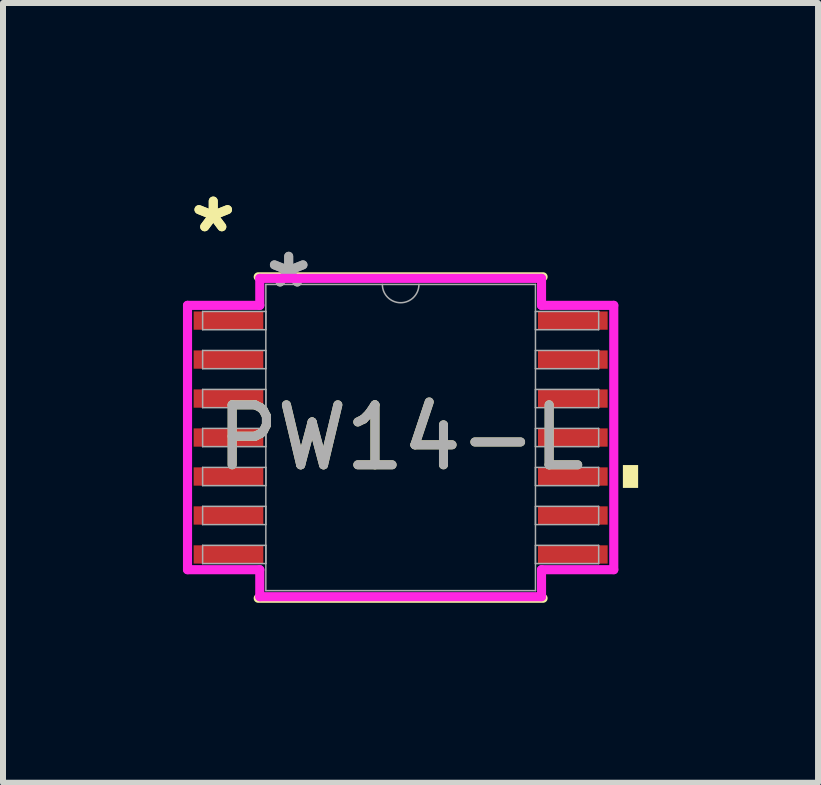
<source format=kicad_pcb>
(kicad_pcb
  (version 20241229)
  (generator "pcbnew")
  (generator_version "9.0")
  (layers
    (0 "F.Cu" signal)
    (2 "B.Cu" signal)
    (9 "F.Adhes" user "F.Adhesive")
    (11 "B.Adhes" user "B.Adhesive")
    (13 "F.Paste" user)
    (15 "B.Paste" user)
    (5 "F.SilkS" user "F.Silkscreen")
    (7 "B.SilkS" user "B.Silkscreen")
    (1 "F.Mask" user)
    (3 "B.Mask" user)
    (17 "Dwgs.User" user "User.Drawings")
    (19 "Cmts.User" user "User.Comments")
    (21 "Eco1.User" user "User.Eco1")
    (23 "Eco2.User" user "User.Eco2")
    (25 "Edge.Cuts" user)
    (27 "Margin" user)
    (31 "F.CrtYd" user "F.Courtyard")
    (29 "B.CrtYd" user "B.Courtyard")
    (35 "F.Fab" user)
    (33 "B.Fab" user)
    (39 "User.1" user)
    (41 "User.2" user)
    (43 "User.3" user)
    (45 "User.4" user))
  (footprint "PW14-L"
    (layer "F.Cu")
    (at 3.631 4.246)
    (property "Reference" "PW14-L" (at 0 0 0) (unlocked yes) (layer "F.SilkS") (effects (font (size 1 1) (thickness 0.15))))
    (attr smd)
    (fp_line (start -2.375 2.68) (end 2.375 2.68) (stroke (width 0.152) (type solid)) (layer "F.SilkS"))
    (fp_line (start 2.375 -2.68) (end -2.375 -2.68) (stroke (width 0.152) (type solid)) (layer "F.SilkS"))
    (fp_poly (pts (xy 3.96 0.459) (xy 3.96 0.84) (xy 3.706 0.84) (xy 3.706 0.459)) (stroke (width 0) (type solid)) (fill yes) (layer "F.SilkS"))
    (fp_line (start -3.554 -2.204) (end -2.349 -2.204) (stroke (width 0.152) (type solid)) (layer "F.CrtYd"))
    (fp_line (start -3.554 2.204) (end -3.554 -2.204) (stroke (width 0.152) (type solid)) (layer "F.CrtYd"))
    (fp_line (start -3.554 2.204) (end -2.349 2.204) (stroke (width 0.152) (type solid)) (layer "F.CrtYd"))
    (fp_line (start -2.349 -2.654) (end 2.349 -2.654) (stroke (width 0.152) (type solid)) (layer "F.CrtYd"))
    (fp_line (start -2.349 -2.204) (end -2.349 -2.654) (stroke (width 0.152) (type solid)) (layer "F.CrtYd"))
    (fp_line (start -2.349 2.654) (end -2.349 2.204) (stroke (width 0.152) (type solid)) (layer "F.CrtYd"))
    (fp_line (start 2.349 -2.654) (end 2.349 -2.204) (stroke (width 0.152) (type solid)) (layer "F.CrtYd"))
    (fp_line (start 2.349 2.204) (end 2.349 2.654) (stroke (width 0.152) (type solid)) (layer "F.CrtYd"))
    (fp_line (start 2.349 2.654) (end -2.349 2.654) (stroke (width 0.152) (type solid)) (layer "F.CrtYd"))
    (fp_line (start 3.554 -2.204) (end 2.349 -2.204) (stroke (width 0.152) (type solid)) (layer "F.CrtYd"))
    (fp_line (start 3.554 -2.204) (end 3.554 2.204) (stroke (width 0.152) (type solid)) (layer "F.CrtYd"))
    (fp_line (start 3.554 2.204) (end 2.349 2.204) (stroke (width 0.152) (type solid)) (layer "F.CrtYd"))
    (fp_line (start -3.302 -2.102) (end -3.302 -1.798) (stroke (width 0.025) (type solid)) (layer "F.Fab"))
    (fp_line (start -3.302 -1.798) (end -2.248 -1.798) (stroke (width 0.025) (type solid)) (layer "F.Fab"))
    (fp_line (start -3.302 -1.452) (end -3.302 -1.148) (stroke (width 0.025) (type solid)) (layer "F.Fab"))
    (fp_line (start -3.302 -1.148) (end -2.248 -1.148) (stroke (width 0.025) (type solid)) (layer "F.Fab"))
    (fp_line (start -3.302 -0.802) (end -3.302 -0.498) (stroke (width 0.025) (type solid)) (layer "F.Fab"))
    (fp_line (start -3.302 -0.498) (end -2.248 -0.498) (stroke (width 0.025) (type solid)) (layer "F.Fab"))
    (fp_line (start -3.302 -0.152) (end -3.302 0.152) (stroke (width 0.025) (type solid)) (layer "F.Fab"))
    (fp_line (start -3.302 0.152) (end -2.248 0.152) (stroke (width 0.025) (type solid)) (layer "F.Fab"))
    (fp_line (start -3.302 0.498) (end -3.302 0.802) (stroke (width 0.025) (type solid)) (layer "F.Fab"))
    (fp_line (start -3.302 0.802) (end -2.248 0.802) (stroke (width 0.025) (type solid)) (layer "F.Fab"))
    (fp_line (start -3.302 1.148) (end -3.302 1.452) (stroke (width 0.025) (type solid)) (layer "F.Fab"))
    (fp_line (start -3.302 1.452) (end -2.248 1.452) (stroke (width 0.025) (type solid)) (layer "F.Fab"))
    (fp_line (start -3.302 1.798) (end -3.302 2.102) (stroke (width 0.025) (type solid)) (layer "F.Fab"))
    (fp_line (start -3.302 2.102) (end -2.248 2.102) (stroke (width 0.025) (type solid)) (layer "F.Fab"))
    (fp_line (start -2.248 -2.553) (end -2.248 2.553) (stroke (width 0.025) (type solid)) (layer "F.Fab"))
    (fp_line (start -2.248 -2.102) (end -3.302 -2.102) (stroke (width 0.025) (type solid)) (layer "F.Fab"))
    (fp_line (start -2.248 -1.798) (end -2.248 -2.102) (stroke (width 0.025) (type solid)) (layer "F.Fab"))
    (fp_line (start -2.248 -1.452) (end -3.302 -1.452) (stroke (width 0.025) (type solid)) (layer "F.Fab"))
    (fp_line (start -2.248 -1.148) (end -2.248 -1.452) (stroke (width 0.025) (type solid)) (layer "F.Fab"))
    (fp_line (start -2.248 -0.802) (end -3.302 -0.802) (stroke (width 0.025) (type solid)) (layer "F.Fab"))
    (fp_line (start -2.248 -0.498) (end -2.248 -0.802) (stroke (width 0.025) (type solid)) (layer "F.Fab"))
    (fp_line (start -2.248 -0.152) (end -3.302 -0.152) (stroke (width 0.025) (type solid)) (layer "F.Fab"))
    (fp_line (start -2.248 0.152) (end -2.248 -0.152) (stroke (width 0.025) (type solid)) (layer "F.Fab"))
    (fp_line (start -2.248 0.498) (end -3.302 0.498) (stroke (width 0.025) (type solid)) (layer "F.Fab"))
    (fp_line (start -2.248 0.802) (end -2.248 0.498) (stroke (width 0.025) (type solid)) (layer "F.Fab"))
    (fp_line (start -2.248 1.148) (end -3.302 1.148) (stroke (width 0.025) (type solid)) (layer "F.Fab"))
    (fp_line (start -2.248 1.452) (end -2.248 1.148) (stroke (width 0.025) (type solid)) (layer "F.Fab"))
    (fp_line (start -2.248 1.798) (end -3.302 1.798) (stroke (width 0.025) (type solid)) (layer "F.Fab"))
    (fp_line (start -2.248 2.102) (end -2.248 1.798) (stroke (width 0.025) (type solid)) (layer "F.Fab"))
    (fp_line (start -2.248 2.553) (end 2.248 2.553) (stroke (width 0.025) (type solid)) (layer "F.Fab"))
    (fp_line (start 2.248 -2.553) (end -2.248 -2.553) (stroke (width 0.025) (type solid)) (layer "F.Fab"))
    (fp_line (start 2.248 -2.102) (end 2.248 -1.798) (stroke (width 0.025) (type solid)) (layer "F.Fab"))
    (fp_line (start 2.248 -1.798) (end 3.302 -1.798) (stroke (width 0.025) (type solid)) (layer "F.Fab"))
    (fp_line (start 2.248 -1.452) (end 2.248 -1.148) (stroke (width 0.025) (type solid)) (layer "F.Fab"))
    (fp_line (start 2.248 -1.148) (end 3.302 -1.148) (stroke (width 0.025) (type solid)) (layer "F.Fab"))
    (fp_line (start 2.248 -0.802) (end 2.248 -0.498) (stroke (width 0.025) (type solid)) (layer "F.Fab"))
    (fp_line (start 2.248 -0.498) (end 3.302 -0.498) (stroke (width 0.025) (type solid)) (layer "F.Fab"))
    (fp_line (start 2.248 -0.152) (end 2.248 0.152) (stroke (width 0.025) (type solid)) (layer "F.Fab"))
    (fp_line (start 2.248 0.152) (end 3.302 0.152) (stroke (width 0.025) (type solid)) (layer "F.Fab"))
    (fp_line (start 2.248 0.498) (end 2.248 0.802) (stroke (width 0.025) (type solid)) (layer "F.Fab"))
    (fp_line (start 2.248 0.802) (end 3.302 0.802) (stroke (width 0.025) (type solid)) (layer "F.Fab"))
    (fp_line (start 2.248 1.148) (end 2.248 1.452) (stroke (width 0.025) (type solid)) (layer "F.Fab"))
    (fp_line (start 2.248 1.452) (end 3.302 1.452) (stroke (width 0.025) (type solid)) (layer "F.Fab"))
    (fp_line (start 2.248 1.798) (end 2.248 2.102) (stroke (width 0.025) (type solid)) (layer "F.Fab"))
    (fp_line (start 2.248 2.102) (end 3.302 2.102) (stroke (width 0.025) (type solid)) (layer "F.Fab"))
    (fp_line (start 2.248 2.553) (end 2.248 -2.553) (stroke (width 0.025) (type solid)) (layer "F.Fab"))
    (fp_line (start 3.302 -2.102) (end 2.248 -2.102) (stroke (width 0.025) (type solid)) (layer "F.Fab"))
    (fp_line (start 3.302 -1.798) (end 3.302 -2.102) (stroke (width 0.025) (type solid)) (layer "F.Fab"))
    (fp_line (start 3.302 -1.452) (end 2.248 -1.452) (stroke (width 0.025) (type solid)) (layer "F.Fab"))
    (fp_line (start 3.302 -1.148) (end 3.302 -1.452) (stroke (width 0.025) (type solid)) (layer "F.Fab"))
    (fp_line (start 3.302 -0.802) (end 2.248 -0.802) (stroke (width 0.025) (type solid)) (layer "F.Fab"))
    (fp_line (start 3.302 -0.498) (end 3.302 -0.802) (stroke (width 0.025) (type solid)) (layer "F.Fab"))
    (fp_line (start 3.302 -0.152) (end 2.248 -0.152) (stroke (width 0.025) (type solid)) (layer "F.Fab"))
    (fp_line (start 3.302 0.152) (end 3.302 -0.152) (stroke (width 0.025) (type solid)) (layer "F.Fab"))
    (fp_line (start 3.302 0.498) (end 2.248 0.498) (stroke (width 0.025) (type solid)) (layer "F.Fab"))
    (fp_line (start 3.302 0.802) (end 3.302 0.498) (stroke (width 0.025) (type solid)) (layer "F.Fab"))
    (fp_line (start 3.302 1.148) (end 2.248 1.148) (stroke (width 0.025) (type solid)) (layer "F.Fab"))
    (fp_line (start 3.302 1.452) (end 3.302 1.148) (stroke (width 0.025) (type solid)) (layer "F.Fab"))
    (fp_line (start 3.302 1.798) (end 2.248 1.798) (stroke (width 0.025) (type solid)) (layer "F.Fab"))
    (fp_line (start 3.302 2.102) (end 3.302 1.798) (stroke (width 0.025) (type solid)) (layer "F.Fab"))
    (fp_arc (start 0.3048 -2.5527) (mid 0 -2.2479) (end -0.3048 -2.5527) (stroke (width 0.0254) (type solid)) (layer "F.Fab"))
    (fp_text user "*" (at -3.125 -3.398 0) (layer "F.SilkS") (effects (font (size 1 1) (thickness 0.15))))
    (fp_text user "*" (at -3.125 -3.398 0) (unlocked yes) (layer "F.SilkS") (effects (font (size 1 1) (thickness 0.15))))
    (fp_text user "*" (at -1.867 -2.477 0) (layer "F.Fab") (effects (font (size 1 1) (thickness 0.15))))
    (fp_text user "*" (at -1.867 -2.477 0) (unlocked yes) (layer "F.Fab") (effects (font (size 1 1) (thickness 0.15))))
    (fp_text user "${REFERENCE}" (at 0 0 0) (unlocked yes) (layer "F.Fab") (effects (font (size 1 1) (thickness 0.15))))
    (pad "1" smd rect (at -2.871 -1.95) (size 1.162 0.305) (layers "F.Cu" "F.Mask" "F.Paste"))
    (pad "2" smd rect (at -2.871 -1.3) (size 1.162 0.305) (layers "F.Cu" "F.Mask" "F.Paste"))
    (pad "3" smd rect (at -2.871 -0.65) (size 1.162 0.305) (layers "F.Cu" "F.Mask" "F.Paste"))
    (pad "4" smd rect (at -2.871 0) (size 1.162 0.305) (layers "F.Cu" "F.Mask" "F.Paste"))
    (pad "5" smd rect (at -2.871 0.65) (size 1.162 0.305) (layers "F.Cu" "F.Mask" "F.Paste"))
    (pad "6" smd rect (at -2.871 1.3) (size 1.162 0.305) (layers "F.Cu" "F.Mask" "F.Paste"))
    (pad "7" smd rect (at -2.871 1.95) (size 1.162 0.305) (layers "F.Cu" "F.Mask" "F.Paste"))
    (pad "8" smd rect (at 2.871 1.95) (size 1.162 0.305) (layers "F.Cu" "F.Mask" "F.Paste"))
    (pad "9" smd rect (at 2.871 1.3) (size 1.162 0.305) (layers "F.Cu" "F.Mask" "F.Paste"))
    (pad "10" smd rect (at 2.871 0.65) (size 1.162 0.305) (layers "F.Cu" "F.Mask" "F.Paste"))
    (pad "11" smd rect (at 2.871 0) (size 1.162 0.305) (layers "F.Cu" "F.Mask" "F.Paste"))
    (pad "12" smd rect (at 2.871 -0.65) (size 1.162 0.305) (layers "F.Cu" "F.Mask" "F.Paste"))
    (pad "13" smd rect (at 2.871 -1.3) (size 1.162 0.305) (layers "F.Cu" "F.Mask" "F.Paste"))
    (pad "14" smd rect (at 2.871 -1.95) (size 1.162 0.305) (layers "F.Cu" "F.Mask" "F.Paste")))
  (gr_rect
    (start -3 -3)
    (end 10.591 10.002)
    (stroke (width 0.1) (type default))
    (fill no)
    (layer "Edge.Cuts")))
</source>
